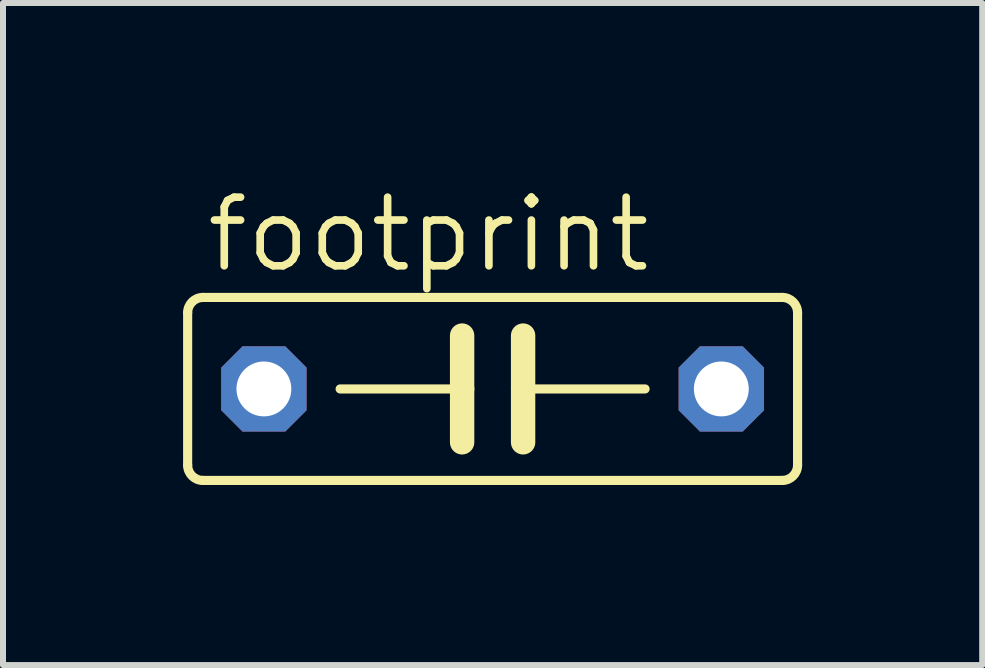
<source format=kicad_pcb>
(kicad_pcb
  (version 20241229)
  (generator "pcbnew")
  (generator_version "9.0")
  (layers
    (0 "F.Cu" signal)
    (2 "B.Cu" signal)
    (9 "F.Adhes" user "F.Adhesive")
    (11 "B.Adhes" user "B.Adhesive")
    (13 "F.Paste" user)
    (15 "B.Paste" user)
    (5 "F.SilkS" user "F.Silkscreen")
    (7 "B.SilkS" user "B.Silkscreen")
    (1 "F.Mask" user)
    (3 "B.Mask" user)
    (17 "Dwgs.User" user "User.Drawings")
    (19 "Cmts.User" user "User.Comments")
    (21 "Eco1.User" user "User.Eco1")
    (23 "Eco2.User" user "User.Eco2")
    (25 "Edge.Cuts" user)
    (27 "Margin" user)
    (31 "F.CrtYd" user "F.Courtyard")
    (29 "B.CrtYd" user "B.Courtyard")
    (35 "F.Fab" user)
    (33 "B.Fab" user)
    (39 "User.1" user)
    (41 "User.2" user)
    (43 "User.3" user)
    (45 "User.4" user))
  (footprint "footprint"
    (layer "F.Cu")
    (at 5.156 3.429)
    (property "Reference" "footprint" (at -4.826 -1.905 0) (layer "F.SilkS") (effects (font (size 1.143 1.143) (thickness 0.127)) (justify left bottom)))
    (fp_line (start -5.08 -1.27) (end -5.08 1.27) (stroke (width 0.152) (type solid)) (layer "F.SilkS"))
    (fp_line (start -4.826 1.524) (end 4.826 1.524) (stroke (width 0.152) (type solid)) (layer "F.SilkS"))
    (fp_line (start -2.54 0) (end -0.508 0) (stroke (width 0.152) (type solid)) (layer "F.SilkS"))
    (fp_line (start -0.508 -0.889) (end -0.508 0) (stroke (width 0.406) (type solid)) (layer "F.SilkS"))
    (fp_line (start -0.508 0) (end -0.508 0.889) (stroke (width 0.406) (type solid)) (layer "F.SilkS"))
    (fp_line (start 0.508 -0.889) (end 0.508 0) (stroke (width 0.406) (type solid)) (layer "F.SilkS"))
    (fp_line (start 0.508 0) (end 0.508 0.889) (stroke (width 0.406) (type solid)) (layer "F.SilkS"))
    (fp_line (start 0.508 0) (end 2.54 0) (stroke (width 0.152) (type solid)) (layer "F.SilkS"))
    (fp_line (start 4.826 -1.524) (end -4.826 -1.524) (stroke (width 0.152) (type solid)) (layer "F.SilkS"))
    (fp_line (start 5.08 1.27) (end 5.08 -1.27) (stroke (width 0.152) (type solid)) (layer "F.SilkS"))
    (fp_arc (start -5.08 -1.27) (mid -5.005605 -1.449605) (end -4.826 -1.524) (stroke (width 0.1524) (type solid)) (layer "F.SilkS"))
    (fp_arc (start -4.826 1.524) (mid -5.005605 1.449605) (end -5.08 1.27) (stroke (width 0.1524) (type solid)) (layer "F.SilkS"))
    (fp_arc (start 4.826 -1.524) (mid 5.005605 -1.449605) (end 5.08 -1.27) (stroke (width 0.1524) (type solid)) (layer "F.SilkS"))
    (fp_arc (start 5.08 1.27) (mid 5.005605 1.449605) (end 4.826 1.524) (stroke (width 0.1524) (type solid)) (layer "F.SilkS"))
    (pad "1" thru_hole roundrect (at -3.81 0) (size 1.422 1.422) (drill 0.914) (layers "*.Cu" "*.Mask") (roundrect_rratio 0.25) (chamfer_ratio 0.25) (chamfer top_left top_right bottom_left bottom_right))
    (pad "2" thru_hole roundrect (at 3.81 0) (size 1.422 1.422) (drill 0.914) (layers "*.Cu" "*.Mask") (roundrect_rratio 0.25) (chamfer_ratio 0.25) (chamfer top_left top_right bottom_left bottom_right)))
  (gr_rect
    (start -3 -3)
    (end 13.312 8.029)
    (stroke (width 0.1) (type default))
    (fill no)
    (layer "Edge.Cuts")))
</source>
